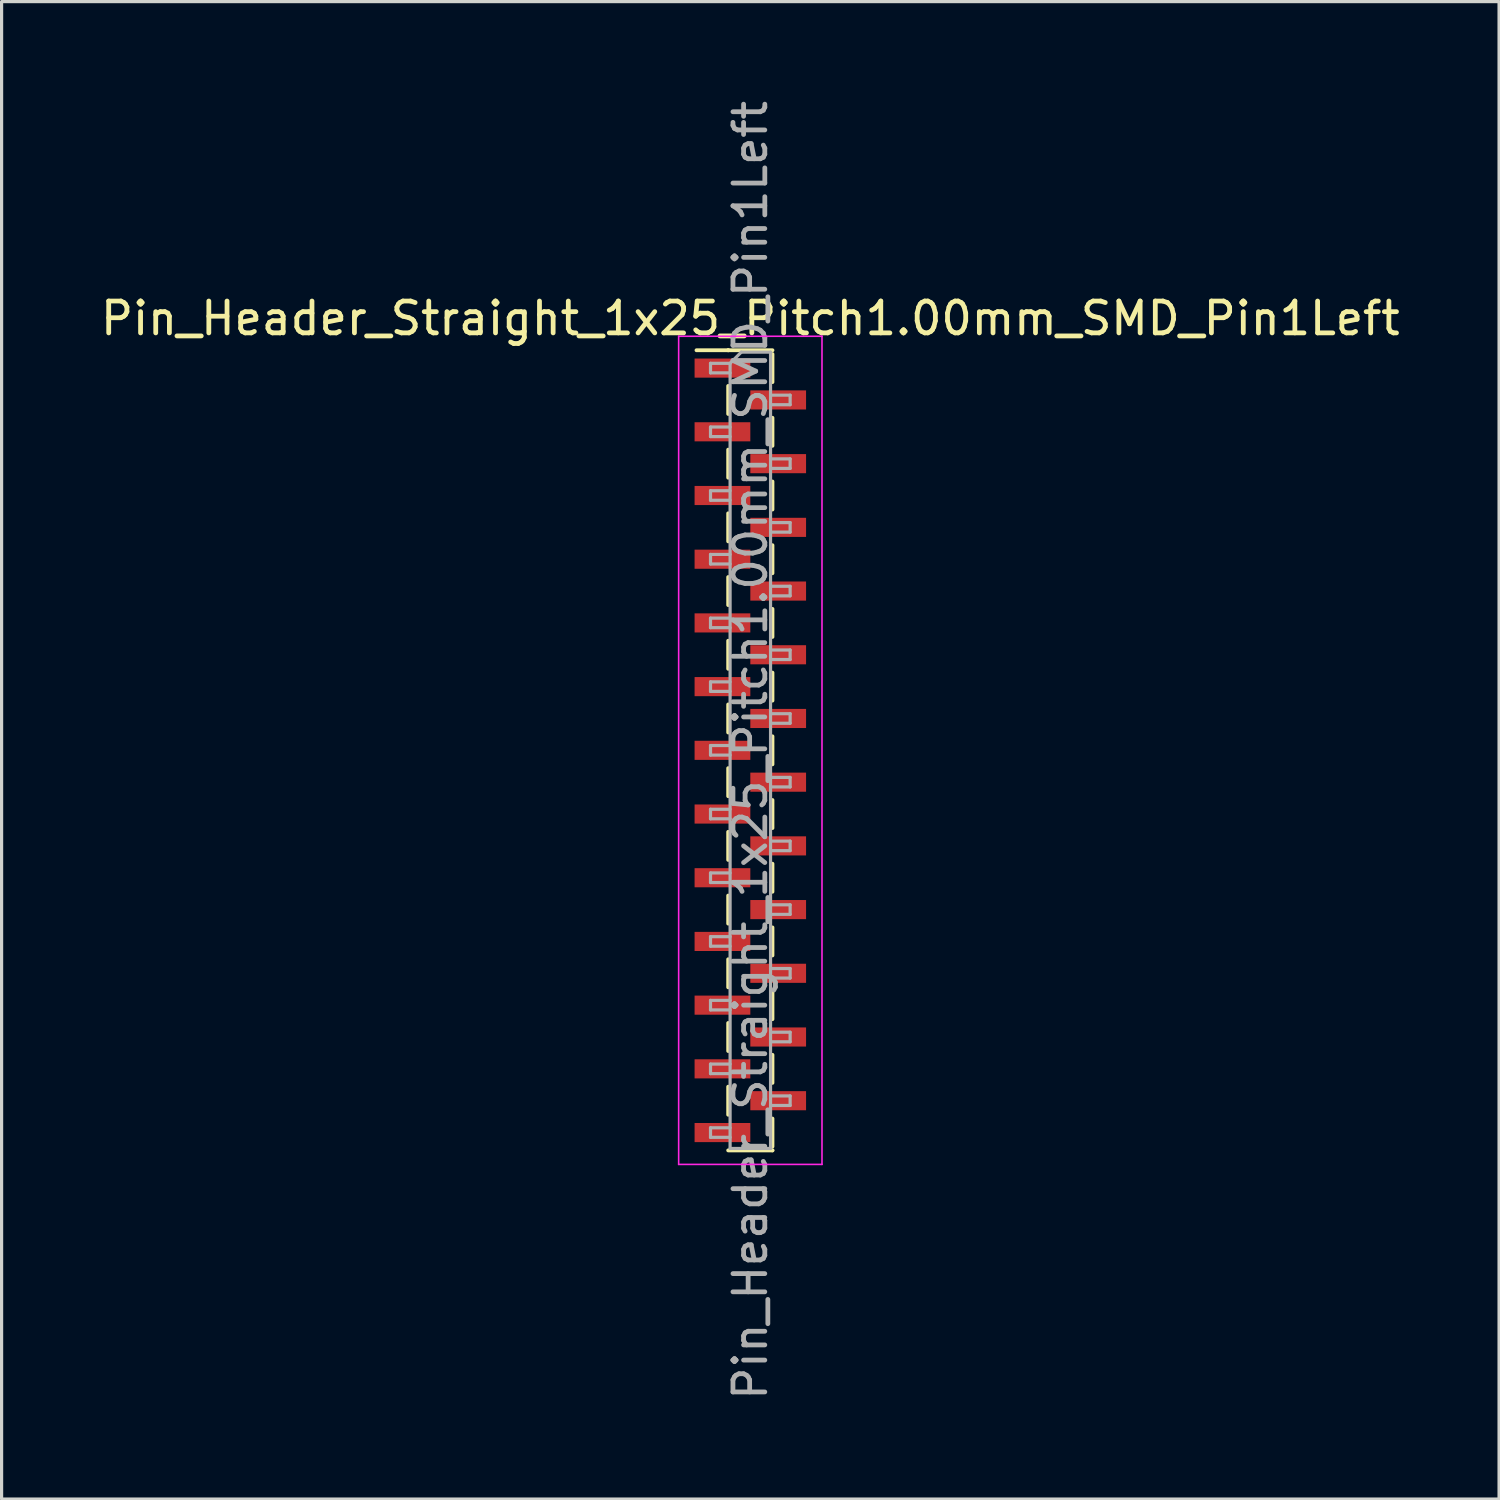
<source format=kicad_pcb>
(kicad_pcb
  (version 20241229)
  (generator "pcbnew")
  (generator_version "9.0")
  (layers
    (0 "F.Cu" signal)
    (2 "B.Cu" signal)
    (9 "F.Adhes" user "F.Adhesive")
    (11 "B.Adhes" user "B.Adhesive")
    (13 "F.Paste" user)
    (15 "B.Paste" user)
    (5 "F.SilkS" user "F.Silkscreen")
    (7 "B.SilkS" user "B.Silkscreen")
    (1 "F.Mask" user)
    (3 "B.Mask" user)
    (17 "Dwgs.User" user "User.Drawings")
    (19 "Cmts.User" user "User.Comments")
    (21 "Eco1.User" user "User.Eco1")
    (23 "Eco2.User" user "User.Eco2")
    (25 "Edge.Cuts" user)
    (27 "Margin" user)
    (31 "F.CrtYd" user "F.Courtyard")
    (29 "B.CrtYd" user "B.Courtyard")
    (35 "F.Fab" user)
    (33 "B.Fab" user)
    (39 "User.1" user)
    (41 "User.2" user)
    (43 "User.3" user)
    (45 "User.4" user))
  (footprint "Pin_Header_Straight_1x25_Pitch1.00mm_SMD_Pin1Left"
    (layer "F.Cu")
    (at 20.506 20.506)
    (property "Reference" "Pin_Header_Straight_1x25_Pitch1.00mm_SMD_Pin1Left" (at 0 -13.56 0) (layer "F.SilkS") (effects (font (size 1 1) (thickness 0.15))))
    (attr smd)
    (fp_line (start -0.695 -12.56) (end -1.69 -12.56) (stroke (width 0.12) (type solid)) (layer "F.SilkS"))
    (fp_line (start -0.695 -12.56) (end -0.695 -12.56) (stroke (width 0.12) (type solid)) (layer "F.SilkS"))
    (fp_line (start -0.695 -12.56) (end 0.695 -12.56) (stroke (width 0.12) (type solid)) (layer "F.SilkS"))
    (fp_line (start -0.695 -11.44) (end -0.695 -10.56) (stroke (width 0.12) (type solid)) (layer "F.SilkS"))
    (fp_line (start -0.695 -9.44) (end -0.695 -8.56) (stroke (width 0.12) (type solid)) (layer "F.SilkS"))
    (fp_line (start -0.695 -7.44) (end -0.695 -6.56) (stroke (width 0.12) (type solid)) (layer "F.SilkS"))
    (fp_line (start -0.695 -5.44) (end -0.695 -4.56) (stroke (width 0.12) (type solid)) (layer "F.SilkS"))
    (fp_line (start -0.695 -3.44) (end -0.695 -2.56) (stroke (width 0.12) (type solid)) (layer "F.SilkS"))
    (fp_line (start -0.695 -1.44) (end -0.695 -0.56) (stroke (width 0.12) (type solid)) (layer "F.SilkS"))
    (fp_line (start -0.695 0.56) (end -0.695 1.44) (stroke (width 0.12) (type solid)) (layer "F.SilkS"))
    (fp_line (start -0.695 2.56) (end -0.695 3.44) (stroke (width 0.12) (type solid)) (layer "F.SilkS"))
    (fp_line (start -0.695 4.56) (end -0.695 5.44) (stroke (width 0.12) (type solid)) (layer "F.SilkS"))
    (fp_line (start -0.695 6.56) (end -0.695 7.44) (stroke (width 0.12) (type solid)) (layer "F.SilkS"))
    (fp_line (start -0.695 8.56) (end -0.695 9.44) (stroke (width 0.12) (type solid)) (layer "F.SilkS"))
    (fp_line (start -0.695 10.56) (end -0.695 11.44) (stroke (width 0.12) (type solid)) (layer "F.SilkS"))
    (fp_line (start -0.695 12.56) (end 0.695 12.56) (stroke (width 0.12) (type solid)) (layer "F.SilkS"))
    (fp_line (start 0.695 -12.44) (end 0.695 -11.56) (stroke (width 0.12) (type solid)) (layer "F.SilkS"))
    (fp_line (start 0.695 -10.44) (end 0.695 -9.56) (stroke (width 0.12) (type solid)) (layer "F.SilkS"))
    (fp_line (start 0.695 -8.44) (end 0.695 -7.56) (stroke (width 0.12) (type solid)) (layer "F.SilkS"))
    (fp_line (start 0.695 -6.44) (end 0.695 -5.56) (stroke (width 0.12) (type solid)) (layer "F.SilkS"))
    (fp_line (start 0.695 -4.44) (end 0.695 -3.56) (stroke (width 0.12) (type solid)) (layer "F.SilkS"))
    (fp_line (start 0.695 -2.44) (end 0.695 -1.56) (stroke (width 0.12) (type solid)) (layer "F.SilkS"))
    (fp_line (start 0.695 -0.44) (end 0.695 0.44) (stroke (width 0.12) (type solid)) (layer "F.SilkS"))
    (fp_line (start 0.695 1.56) (end 0.695 2.44) (stroke (width 0.12) (type solid)) (layer "F.SilkS"))
    (fp_line (start 0.695 3.56) (end 0.695 4.44) (stroke (width 0.12) (type solid)) (layer "F.SilkS"))
    (fp_line (start 0.695 5.56) (end 0.695 6.44) (stroke (width 0.12) (type solid)) (layer "F.SilkS"))
    (fp_line (start 0.695 7.56) (end 0.695 8.44) (stroke (width 0.12) (type solid)) (layer "F.SilkS"))
    (fp_line (start 0.695 9.56) (end 0.695 10.44) (stroke (width 0.12) (type solid)) (layer "F.SilkS"))
    (fp_line (start 0.695 11.56) (end 0.695 12.44) (stroke (width 0.12) (type solid)) (layer "F.SilkS"))
    (fp_line (start 0.695 12.56) (end 0.695 12.56) (stroke (width 0.12) (type solid)) (layer "F.SilkS"))
    (fp_line (start -2.25 -13) (end -2.25 13) (stroke (width 0.05) (type solid)) (layer "F.CrtYd"))
    (fp_line (start -2.25 13) (end 2.25 13) (stroke (width 0.05) (type solid)) (layer "F.CrtYd"))
    (fp_line (start 2.25 -13) (end -2.25 -13) (stroke (width 0.05) (type solid)) (layer "F.CrtYd"))
    (fp_line (start 2.25 13) (end 2.25 -13) (stroke (width 0.05) (type solid)) (layer "F.CrtYd"))
    (fp_line (start -1.25 -12.15) (end -1.25 -11.85) (stroke (width 0.1) (type solid)) (layer "F.Fab"))
    (fp_line (start -1.25 -11.85) (end -0.635 -11.85) (stroke (width 0.1) (type solid)) (layer "F.Fab"))
    (fp_line (start -1.25 -10.15) (end -1.25 -9.85) (stroke (width 0.1) (type solid)) (layer "F.Fab"))
    (fp_line (start -1.25 -9.85) (end -0.635 -9.85) (stroke (width 0.1) (type solid)) (layer "F.Fab"))
    (fp_line (start -1.25 -8.15) (end -1.25 -7.85) (stroke (width 0.1) (type solid)) (layer "F.Fab"))
    (fp_line (start -1.25 -7.85) (end -0.635 -7.85) (stroke (width 0.1) (type solid)) (layer "F.Fab"))
    (fp_line (start -1.25 -6.15) (end -1.25 -5.85) (stroke (width 0.1) (type solid)) (layer "F.Fab"))
    (fp_line (start -1.25 -5.85) (end -0.635 -5.85) (stroke (width 0.1) (type solid)) (layer "F.Fab"))
    (fp_line (start -1.25 -4.15) (end -1.25 -3.85) (stroke (width 0.1) (type solid)) (layer "F.Fab"))
    (fp_line (start -1.25 -3.85) (end -0.635 -3.85) (stroke (width 0.1) (type solid)) (layer "F.Fab"))
    (fp_line (start -1.25 -2.15) (end -1.25 -1.85) (stroke (width 0.1) (type solid)) (layer "F.Fab"))
    (fp_line (start -1.25 -1.85) (end -0.635 -1.85) (stroke (width 0.1) (type solid)) (layer "F.Fab"))
    (fp_line (start -1.25 -0.15) (end -1.25 0.15) (stroke (width 0.1) (type solid)) (layer "F.Fab"))
    (fp_line (start -1.25 0.15) (end -0.635 0.15) (stroke (width 0.1) (type solid)) (layer "F.Fab"))
    (fp_line (start -1.25 1.85) (end -1.25 2.15) (stroke (width 0.1) (type solid)) (layer "F.Fab"))
    (fp_line (start -1.25 2.15) (end -0.635 2.15) (stroke (width 0.1) (type solid)) (layer "F.Fab"))
    (fp_line (start -1.25 3.85) (end -1.25 4.15) (stroke (width 0.1) (type solid)) (layer "F.Fab"))
    (fp_line (start -1.25 4.15) (end -0.635 4.15) (stroke (width 0.1) (type solid)) (layer "F.Fab"))
    (fp_line (start -1.25 5.85) (end -1.25 6.15) (stroke (width 0.1) (type solid)) (layer "F.Fab"))
    (fp_line (start -1.25 6.15) (end -0.635 6.15) (stroke (width 0.1) (type solid)) (layer "F.Fab"))
    (fp_line (start -1.25 7.85) (end -1.25 8.15) (stroke (width 0.1) (type solid)) (layer "F.Fab"))
    (fp_line (start -1.25 8.15) (end -0.635 8.15) (stroke (width 0.1) (type solid)) (layer "F.Fab"))
    (fp_line (start -1.25 9.85) (end -1.25 10.15) (stroke (width 0.1) (type solid)) (layer "F.Fab"))
    (fp_line (start -1.25 10.15) (end -0.635 10.15) (stroke (width 0.1) (type solid)) (layer "F.Fab"))
    (fp_line (start -1.25 11.85) (end -1.25 12.15) (stroke (width 0.1) (type solid)) (layer "F.Fab"))
    (fp_line (start -1.25 12.15) (end -0.635 12.15) (stroke (width 0.1) (type solid)) (layer "F.Fab"))
    (fp_line (start -0.635 -12.15) (end -1.25 -12.15) (stroke (width 0.1) (type solid)) (layer "F.Fab"))
    (fp_line (start -0.635 -12.15) (end -0.285 -12.5) (stroke (width 0.1) (type solid)) (layer "F.Fab"))
    (fp_line (start -0.635 -10.15) (end -1.25 -10.15) (stroke (width 0.1) (type solid)) (layer "F.Fab"))
    (fp_line (start -0.635 -8.15) (end -1.25 -8.15) (stroke (width 0.1) (type solid)) (layer "F.Fab"))
    (fp_line (start -0.635 -6.15) (end -1.25 -6.15) (stroke (width 0.1) (type solid)) (layer "F.Fab"))
    (fp_line (start -0.635 -4.15) (end -1.25 -4.15) (stroke (width 0.1) (type solid)) (layer "F.Fab"))
    (fp_line (start -0.635 -2.15) (end -1.25 -2.15) (stroke (width 0.1) (type solid)) (layer "F.Fab"))
    (fp_line (start -0.635 -0.15) (end -1.25 -0.15) (stroke (width 0.1) (type solid)) (layer "F.Fab"))
    (fp_line (start -0.635 1.85) (end -1.25 1.85) (stroke (width 0.1) (type solid)) (layer "F.Fab"))
    (fp_line (start -0.635 3.85) (end -1.25 3.85) (stroke (width 0.1) (type solid)) (layer "F.Fab"))
    (fp_line (start -0.635 5.85) (end -1.25 5.85) (stroke (width 0.1) (type solid)) (layer "F.Fab"))
    (fp_line (start -0.635 7.85) (end -1.25 7.85) (stroke (width 0.1) (type solid)) (layer "F.Fab"))
    (fp_line (start -0.635 9.85) (end -1.25 9.85) (stroke (width 0.1) (type solid)) (layer "F.Fab"))
    (fp_line (start -0.635 11.85) (end -1.25 11.85) (stroke (width 0.1) (type solid)) (layer "F.Fab"))
    (fp_line (start -0.635 12.5) (end -0.635 -12.15) (stroke (width 0.1) (type solid)) (layer "F.Fab"))
    (fp_line (start -0.285 -12.5) (end 0.635 -12.5) (stroke (width 0.1) (type solid)) (layer "F.Fab"))
    (fp_line (start 0.635 -12.5) (end 0.635 12.5) (stroke (width 0.1) (type solid)) (layer "F.Fab"))
    (fp_line (start 0.635 -11.15) (end 1.25 -11.15) (stroke (width 0.1) (type solid)) (layer "F.Fab"))
    (fp_line (start 0.635 -9.15) (end 1.25 -9.15) (stroke (width 0.1) (type solid)) (layer "F.Fab"))
    (fp_line (start 0.635 -7.15) (end 1.25 -7.15) (stroke (width 0.1) (type solid)) (layer "F.Fab"))
    (fp_line (start 0.635 -5.15) (end 1.25 -5.15) (stroke (width 0.1) (type solid)) (layer "F.Fab"))
    (fp_line (start 0.635 -3.15) (end 1.25 -3.15) (stroke (width 0.1) (type solid)) (layer "F.Fab"))
    (fp_line (start 0.635 -1.15) (end 1.25 -1.15) (stroke (width 0.1) (type solid)) (layer "F.Fab"))
    (fp_line (start 0.635 0.85) (end 1.25 0.85) (stroke (width 0.1) (type solid)) (layer "F.Fab"))
    (fp_line (start 0.635 2.85) (end 1.25 2.85) (stroke (width 0.1) (type solid)) (layer "F.Fab"))
    (fp_line (start 0.635 4.85) (end 1.25 4.85) (stroke (width 0.1) (type solid)) (layer "F.Fab"))
    (fp_line (start 0.635 6.85) (end 1.25 6.85) (stroke (width 0.1) (type solid)) (layer "F.Fab"))
    (fp_line (start 0.635 8.85) (end 1.25 8.85) (stroke (width 0.1) (type solid)) (layer "F.Fab"))
    (fp_line (start 0.635 10.85) (end 1.25 10.85) (stroke (width 0.1) (type solid)) (layer "F.Fab"))
    (fp_line (start 0.635 12.5) (end -0.635 12.5) (stroke (width 0.1) (type solid)) (layer "F.Fab"))
    (fp_line (start 1.25 -11.15) (end 1.25 -10.85) (stroke (width 0.1) (type solid)) (layer "F.Fab"))
    (fp_line (start 1.25 -10.85) (end 0.635 -10.85) (stroke (width 0.1) (type solid)) (layer "F.Fab"))
    (fp_line (start 1.25 -9.15) (end 1.25 -8.85) (stroke (width 0.1) (type solid)) (layer "F.Fab"))
    (fp_line (start 1.25 -8.85) (end 0.635 -8.85) (stroke (width 0.1) (type solid)) (layer "F.Fab"))
    (fp_line (start 1.25 -7.15) (end 1.25 -6.85) (stroke (width 0.1) (type solid)) (layer "F.Fab"))
    (fp_line (start 1.25 -6.85) (end 0.635 -6.85) (stroke (width 0.1) (type solid)) (layer "F.Fab"))
    (fp_line (start 1.25 -5.15) (end 1.25 -4.85) (stroke (width 0.1) (type solid)) (layer "F.Fab"))
    (fp_line (start 1.25 -4.85) (end 0.635 -4.85) (stroke (width 0.1) (type solid)) (layer "F.Fab"))
    (fp_line (start 1.25 -3.15) (end 1.25 -2.85) (stroke (width 0.1) (type solid)) (layer "F.Fab"))
    (fp_line (start 1.25 -2.85) (end 0.635 -2.85) (stroke (width 0.1) (type solid)) (layer "F.Fab"))
    (fp_line (start 1.25 -1.15) (end 1.25 -0.85) (stroke (width 0.1) (type solid)) (layer "F.Fab"))
    (fp_line (start 1.25 -0.85) (end 0.635 -0.85) (stroke (width 0.1) (type solid)) (layer "F.Fab"))
    (fp_line (start 1.25 0.85) (end 1.25 1.15) (stroke (width 0.1) (type solid)) (layer "F.Fab"))
    (fp_line (start 1.25 1.15) (end 0.635 1.15) (stroke (width 0.1) (type solid)) (layer "F.Fab"))
    (fp_line (start 1.25 2.85) (end 1.25 3.15) (stroke (width 0.1) (type solid)) (layer "F.Fab"))
    (fp_line (start 1.25 3.15) (end 0.635 3.15) (stroke (width 0.1) (type solid)) (layer "F.Fab"))
    (fp_line (start 1.25 4.85) (end 1.25 5.15) (stroke (width 0.1) (type solid)) (layer "F.Fab"))
    (fp_line (start 1.25 5.15) (end 0.635 5.15) (stroke (width 0.1) (type solid)) (layer "F.Fab"))
    (fp_line (start 1.25 6.85) (end 1.25 7.15) (stroke (width 0.1) (type solid)) (layer "F.Fab"))
    (fp_line (start 1.25 7.15) (end 0.635 7.15) (stroke (width 0.1) (type solid)) (layer "F.Fab"))
    (fp_line (start 1.25 8.85) (end 1.25 9.15) (stroke (width 0.1) (type solid)) (layer "F.Fab"))
    (fp_line (start 1.25 9.15) (end 0.635 9.15) (stroke (width 0.1) (type solid)) (layer "F.Fab"))
    (fp_line (start 1.25 10.85) (end 1.25 11.15) (stroke (width 0.1) (type solid)) (layer "F.Fab"))
    (fp_line (start 1.25 11.15) (end 0.635 11.15) (stroke (width 0.1) (type solid)) (layer "F.Fab"))
    (fp_text user "${REFERENCE}" (at 0 0 90) (layer "F.Fab") (effects (font (size 1 1) (thickness 0.15))))
    (pad "1" smd rect (at -0.875 -12) (size 1.75 0.6) (layers "F.Cu" "F.Mask" "F.Paste"))
    (pad "2" smd rect (at 0.875 -11) (size 1.75 0.6) (layers "F.Cu" "F.Mask" "F.Paste"))
    (pad "3" smd rect (at -0.875 -10) (size 1.75 0.6) (layers "F.Cu" "F.Mask" "F.Paste"))
    (pad "4" smd rect (at 0.875 -9) (size 1.75 0.6) (layers "F.Cu" "F.Mask" "F.Paste"))
    (pad "5" smd rect (at -0.875 -8) (size 1.75 0.6) (layers "F.Cu" "F.Mask" "F.Paste"))
    (pad "6" smd rect (at 0.875 -7) (size 1.75 0.6) (layers "F.Cu" "F.Mask" "F.Paste"))
    (pad "7" smd rect (at -0.875 -6) (size 1.75 0.6) (layers "F.Cu" "F.Mask" "F.Paste"))
    (pad "8" smd rect (at 0.875 -5) (size 1.75 0.6) (layers "F.Cu" "F.Mask" "F.Paste"))
    (pad "9" smd rect (at -0.875 -4) (size 1.75 0.6) (layers "F.Cu" "F.Mask" "F.Paste"))
    (pad "10" smd rect (at 0.875 -3) (size 1.75 0.6) (layers "F.Cu" "F.Mask" "F.Paste"))
    (pad "11" smd rect (at -0.875 -2) (size 1.75 0.6) (layers "F.Cu" "F.Mask" "F.Paste"))
    (pad "12" smd rect (at 0.875 -1) (size 1.75 0.6) (layers "F.Cu" "F.Mask" "F.Paste"))
    (pad "13" smd rect (at -0.875 0) (size 1.75 0.6) (layers "F.Cu" "F.Mask" "F.Paste"))
    (pad "14" smd rect (at 0.875 1) (size 1.75 0.6) (layers "F.Cu" "F.Mask" "F.Paste"))
    (pad "15" smd rect (at -0.875 2) (size 1.75 0.6) (layers "F.Cu" "F.Mask" "F.Paste"))
    (pad "16" smd rect (at 0.875 3) (size 1.75 0.6) (layers "F.Cu" "F.Mask" "F.Paste"))
    (pad "17" smd rect (at -0.875 4) (size 1.75 0.6) (layers "F.Cu" "F.Mask" "F.Paste"))
    (pad "18" smd rect (at 0.875 5) (size 1.75 0.6) (layers "F.Cu" "F.Mask" "F.Paste"))
    (pad "19" smd rect (at -0.875 6) (size 1.75 0.6) (layers "F.Cu" "F.Mask" "F.Paste"))
    (pad "20" smd rect (at 0.875 7) (size 1.75 0.6) (layers "F.Cu" "F.Mask" "F.Paste"))
    (pad "21" smd rect (at -0.875 8) (size 1.75 0.6) (layers "F.Cu" "F.Mask" "F.Paste"))
    (pad "22" smd rect (at 0.875 9) (size 1.75 0.6) (layers "F.Cu" "F.Mask" "F.Paste"))
    (pad "23" smd rect (at -0.875 10) (size 1.75 0.6) (layers "F.Cu" "F.Mask" "F.Paste"))
    (pad "24" smd rect (at 0.875 11) (size 1.75 0.6) (layers "F.Cu" "F.Mask" "F.Paste"))
    (pad "25" smd rect (at -0.875 12) (size 1.75 0.6) (layers "F.Cu" "F.Mask" "F.Paste")))
  (gr_rect
    (start -3 -3)
    (end 44.012 44.012)
    (stroke (width 0.1) (type default))
    (fill no)
    (layer "Edge.Cuts")))
</source>
